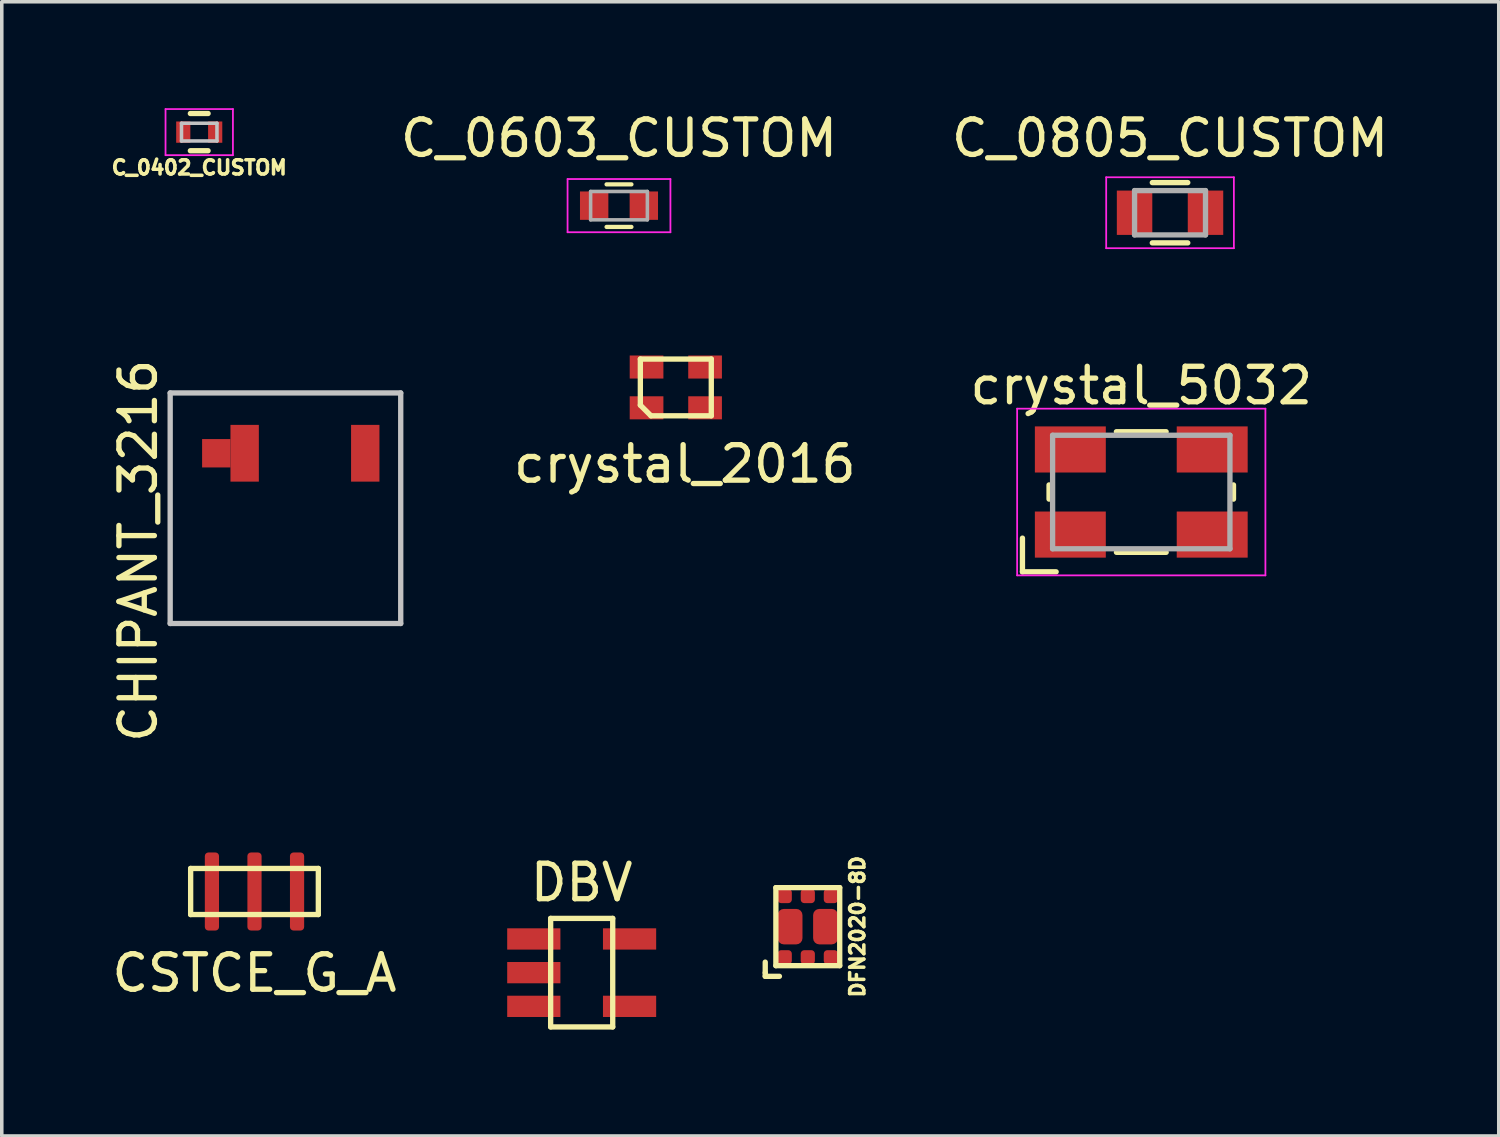
<source format=kicad_pcb>
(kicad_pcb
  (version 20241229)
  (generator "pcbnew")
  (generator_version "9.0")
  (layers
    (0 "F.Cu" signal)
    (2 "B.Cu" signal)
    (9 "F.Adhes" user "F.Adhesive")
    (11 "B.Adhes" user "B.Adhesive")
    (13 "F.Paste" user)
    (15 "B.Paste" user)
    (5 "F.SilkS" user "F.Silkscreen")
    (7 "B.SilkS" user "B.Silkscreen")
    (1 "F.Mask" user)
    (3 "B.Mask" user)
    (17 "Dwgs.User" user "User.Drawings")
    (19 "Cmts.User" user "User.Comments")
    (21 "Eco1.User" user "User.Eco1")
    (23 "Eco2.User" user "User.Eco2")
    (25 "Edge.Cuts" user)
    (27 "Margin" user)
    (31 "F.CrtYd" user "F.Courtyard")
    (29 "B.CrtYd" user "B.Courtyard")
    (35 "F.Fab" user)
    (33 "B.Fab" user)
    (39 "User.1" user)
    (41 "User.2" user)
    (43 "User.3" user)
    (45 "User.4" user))
  (footprint "CHIPANT_3216"
    (layer "F.Cu")
    (at 5.548 9.729)
    (property "Reference" "CHIPANT_3216" (at -4.7 2.75 90) (layer "F.SilkS") (effects (font (size 1 1) (thickness 0.15))))
    (attr through_hole)
    (fp_line (start -3.8 -1.7) (end -3.8 4.8) (stroke (width 0.15) (type solid)) (layer "Dwgs.User"))
    (fp_line (start -3.8 -1.7) (end 2.7 -1.7) (stroke (width 0.15) (type solid)) (layer "Dwgs.User"))
    (fp_line (start -3.8 4.8) (end 2.7 4.8) (stroke (width 0.15) (type solid)) (layer "Dwgs.User"))
    (fp_line (start 2.7 4.8) (end 2.7 -1.7) (stroke (width 0.15) (type solid)) (layer "Dwgs.User"))
    (pad "1" smd rect (at -2.5 0) (size 0.8 0.8) (layers "F.Cu" "F.Mask" "F.Paste"))
    (pad "1" smd rect (at -1.7 0) (size 0.8 1.6) (layers "F.Cu" "F.Mask" "F.Paste"))
    (pad "2" smd rect (at 1.7 0) (size 0.8 1.6) (layers "F.Cu" "F.Mask" "F.Paste")))
  (footprint "crystal_2016"
    (layer "F.Cu")
    (at 16.004 7.873)
    (property "Reference" "crystal_2016" (at 0.254 2.159 0) (layer "F.SilkS") (effects (font (size 1 1) (thickness 0.15))))
    (attr through_hole)
    (fp_line (start -1 -0.8) (end -1 0.5) (stroke (width 0.15) (type solid)) (layer "F.SilkS"))
    (fp_line (start -1 0.5) (end -0.7 0.8) (stroke (width 0.15) (type solid)) (layer "F.SilkS"))
    (fp_line (start -0.7 0.8) (end 1 0.8) (stroke (width 0.15) (type solid)) (layer "F.SilkS"))
    (fp_line (start 1 -0.8) (end -1 -0.8) (stroke (width 0.15) (type solid)) (layer "F.SilkS"))
    (fp_line (start 1 0.8) (end 1 -0.8) (stroke (width 0.15) (type solid)) (layer "F.SilkS"))
    (pad "1" smd rect (at -0.825 0.575) (size 0.95 0.65) (layers "F.Cu" "F.Mask" "F.Paste"))
    (pad "2" smd rect (at 0.825 0.575) (size 0.95 0.65) (layers "F.Cu" "F.Mask" "F.Paste"))
    (pad "3" smd rect (at 0.825 -0.575) (size 0.95 0.65) (layers "F.Cu" "F.Mask" "F.Paste"))
    (pad "4" smd rect (at -0.825 -0.575) (size 0.95 0.65) (layers "F.Cu" "F.Mask" "F.Paste")))
  (footprint "C_0603_CUSTOM"
    (layer "F.Cu")
    (at 14.402 2.748)
    (property "Reference" "C_0603_CUSTOM" (at 0 -1.9 0) (layer "F.SilkS") (effects (font (size 1 1) (thickness 0.15))))
    (attr smd)
    (fp_line (start -0.35 -0.6) (end 0.35 -0.6) (stroke (width 0.12) (type solid)) (layer "F.SilkS"))
    (fp_line (start 0.35 0.6) (end -0.35 0.6) (stroke (width 0.12) (type solid)) (layer "F.SilkS"))
    (fp_line (start -1.45 -0.75) (end -1.45 0.75) (stroke (width 0.05) (type solid)) (layer "F.CrtYd"))
    (fp_line (start -1.45 -0.75) (end 1.45 -0.75) (stroke (width 0.05) (type solid)) (layer "F.CrtYd"))
    (fp_line (start -1.45 0.75) (end 1.45 0.75) (stroke (width 0.05) (type solid)) (layer "F.CrtYd"))
    (fp_line (start 1.45 -0.75) (end 1.45 0.75) (stroke (width 0.05) (type solid)) (layer "F.CrtYd"))
    (fp_line (start -0.8 -0.4) (end 0.8 -0.4) (stroke (width 0.1) (type solid)) (layer "F.Fab"))
    (fp_line (start -0.8 0.4) (end -0.8 -0.4) (stroke (width 0.1) (type solid)) (layer "F.Fab"))
    (fp_line (start 0.8 -0.4) (end 0.8 0.4) (stroke (width 0.1) (type solid)) (layer "F.Fab"))
    (fp_line (start 0.8 0.4) (end -0.8 0.4) (stroke (width 0.1) (type solid)) (layer "F.Fab"))
    (pad "1" smd rect (at -0.7 0) (size 0.8 0.8) (layers "F.Cu" "F.Mask" "F.Paste"))
    (pad "2" smd rect (at 0.7 0) (size 0.8 0.8) (layers "F.Cu" "F.Mask" "F.Paste")))
  (footprint "CSTCE_G_A"
    (layer "F.Cu")
    (at 4.125 22.085)
    (property "Reference" "CSTCE_G_A" (at 0 2.3 0) (layer "F.SilkS") (effects (font (size 1 1) (thickness 0.15))))
    (attr through_hole)
    (fp_line (start -1.8 -0.65) (end -1.8 0.65) (stroke (width 0.15) (type solid)) (layer "F.SilkS"))
    (fp_line (start -1.8 -0.65) (end 1.8 -0.65) (stroke (width 0.15) (type solid)) (layer "F.SilkS"))
    (fp_line (start -1.8 0.65) (end 1.8 0.65) (stroke (width 0.15) (type solid)) (layer "F.SilkS"))
    (fp_line (start 1.8 0.65) (end 1.8 -0.65) (stroke (width 0.15) (type solid)) (layer "F.SilkS"))
    (pad "1" smd roundrect (at -1.2 0) (size 0.4 2.2) (layers "F.Cu" "F.Mask" "F.Paste") (roundrect_rratio 0.25))
    (pad "2" smd roundrect (at 1.2 0) (size 0.4 2.2) (layers "F.Cu" "F.Mask" "F.Paste") (roundrect_rratio 0.25))
    (pad "3" smd roundrect (at 0 0) (size 0.4 2.2) (layers "F.Cu" "F.Mask" "F.Paste") (roundrect_rratio 0.25)))
  (footprint "C_0402_CUSTOM"
    (layer "F.Cu")
    (at 2.567 0.675)
    (property "Reference" "C_0402_CUSTOM" (at 0 1 0) (layer "F.SilkS") (effects (font (size 0.4 0.4) (thickness 0.1))))
    (attr smd)
    (fp_line (start -0.25 0.525) (end 0.25 0.525) (stroke (width 0.15) (type solid)) (layer "F.SilkS"))
    (fp_line (start 0.25 -0.525) (end -0.25 -0.525) (stroke (width 0.15) (type solid)) (layer "F.SilkS"))
    (fp_line (start -0.5 -0.25) (end 0.5 -0.25) (stroke (width 0.1) (type solid)) (layer "Dwgs.User"))
    (fp_line (start -0.5 0.25) (end -0.5 -0.25) (stroke (width 0.1) (type solid)) (layer "Dwgs.User"))
    (fp_line (start 0.5 -0.25) (end 0.5 0.25) (stroke (width 0.1) (type solid)) (layer "Dwgs.User"))
    (fp_line (start 0.5 0.25) (end -0.5 0.25) (stroke (width 0.1) (type solid)) (layer "Dwgs.User"))
    (fp_line (start -0.95 -0.65) (end -0.95 0.65) (stroke (width 0.05) (type solid)) (layer "F.CrtYd"))
    (fp_line (start -0.95 -0.65) (end 0.95 -0.65) (stroke (width 0.05) (type solid)) (layer "F.CrtYd"))
    (fp_line (start -0.95 0.65) (end 0.95 0.65) (stroke (width 0.05) (type solid)) (layer "F.CrtYd"))
    (fp_line (start 0.95 -0.65) (end 0.95 0.65) (stroke (width 0.05) (type solid)) (layer "F.CrtYd"))
    (pad "1" smd rect (at -0.45 0) (size 0.4 0.6) (layers "F.Cu" "F.Mask" "F.Paste"))
    (pad "2" smd rect (at 0.45 0) (size 0.4 0.6) (layers "F.Cu" "F.Mask" "F.Paste")))
  (footprint "DBV"
    (layer "F.Cu")
    (at 13.35 24.373)
    (property "Reference" "DBV" (at 0 -2.54 0) (layer "F.SilkS") (effects (font (size 1 1) (thickness 0.15))))
    (attr through_hole)
    (fp_line (start -0.875 -1.53) (end 0.875 -1.53) (stroke (width 0.15) (type solid)) (layer "F.SilkS"))
    (fp_line (start -0.875 1.53) (end -0.875 -1.53) (stroke (width 0.15) (type solid)) (layer "F.SilkS"))
    (fp_line (start 0.875 -1.53) (end 0.875 1.53) (stroke (width 0.15) (type solid)) (layer "F.SilkS"))
    (fp_line (start 0.875 1.53) (end -0.875 1.53) (stroke (width 0.15) (type solid)) (layer "F.SilkS"))
    (pad "1" smd rect (at -1.35 -0.95) (size 1.5 0.6) (layers "F.Cu" "F.Mask" "F.Paste"))
    (pad "2" smd rect (at -1.35 0) (size 1.5 0.6) (layers "F.Cu" "F.Mask" "F.Paste"))
    (pad "3" smd rect (at -1.35 0.95) (size 1.5 0.6) (layers "F.Cu" "F.Mask" "F.Paste"))
    (pad "4" smd rect (at 1.35 0.95) (size 1.5 0.6) (layers "F.Cu" "F.Mask" "F.Paste"))
    (pad "5" smd rect (at 1.35 -0.95) (size 1.5 0.6) (layers "F.Cu" "F.Mask" "F.Paste")))
  (footprint "C_0805_CUSTOM"
    (layer "F.Cu")
    (at 29.938 2.948)
    (property "Reference" "C_0805_CUSTOM" (at 0 -2.1 0) (layer "F.SilkS") (effects (font (size 1 1) (thickness 0.15))))
    (attr smd)
    (fp_line (start -0.5 0.85) (end 0.5 0.85) (stroke (width 0.15) (type solid)) (layer "F.SilkS"))
    (fp_line (start 0.5 -0.85) (end -0.5 -0.85) (stroke (width 0.15) (type solid)) (layer "F.SilkS"))
    (fp_line (start -1.8 -1) (end -1.8 1) (stroke (width 0.05) (type solid)) (layer "F.CrtYd"))
    (fp_line (start -1.8 -1) (end 1.8 -1) (stroke (width 0.05) (type solid)) (layer "F.CrtYd"))
    (fp_line (start -1.8 1) (end 1.8 1) (stroke (width 0.05) (type solid)) (layer "F.CrtYd"))
    (fp_line (start 1.8 -1) (end 1.8 1) (stroke (width 0.05) (type solid)) (layer "F.CrtYd"))
    (fp_line (start -1 -0.625) (end 1 -0.625) (stroke (width 0.15) (type solid)) (layer "F.Fab"))
    (fp_line (start -1 0.625) (end -1 -0.625) (stroke (width 0.15) (type solid)) (layer "F.Fab"))
    (fp_line (start 1 -0.625) (end 1 0.625) (stroke (width 0.15) (type solid)) (layer "F.Fab"))
    (fp_line (start 1 0.625) (end -1 0.625) (stroke (width 0.15) (type solid)) (layer "F.Fab"))
    (pad "1" smd rect (at -1 0) (size 1 1.25) (layers "F.Cu" "F.Mask" "F.Paste"))
    (pad "2" smd rect (at 1 0) (size 1 1.25) (layers "F.Cu" "F.Mask" "F.Paste")))
  (footprint "DFN2020-8D"
    (layer "F.Cu")
    (at 19.725 23.076)
    (property "Reference" "DFN2020-8D" (at 1.4 0 90) (layer "F.SilkS") (effects (font (size 0.4 0.4) (thickness 0.1))))
    (attr through_hole)
    (fp_line (start -1.2 1) (end -1.2 1.3) (stroke (width 0.15) (type solid)) (layer "F.SilkS"))
    (fp_line (start -1.2 1.3) (end -1.2 1.4) (stroke (width 0.15) (type solid)) (layer "F.SilkS"))
    (fp_line (start -1.2 1.4) (end -0.8 1.4) (stroke (width 0.15) (type solid)) (layer "F.SilkS"))
    (fp_line (start -0.9 -1.1) (end 0.9 -1.1) (stroke (width 0.15) (type solid)) (layer "F.SilkS"))
    (fp_line (start -0.9 1.1) (end -0.9 -1.1) (stroke (width 0.15) (type solid)) (layer "F.SilkS"))
    (fp_line (start 0.9 -1.1) (end 0.9 1.1) (stroke (width 0.15) (type solid)) (layer "F.SilkS"))
    (fp_line (start 0.9 1.1) (end -0.9 1.1) (stroke (width 0.15) (type solid)) (layer "F.SilkS"))
    (pad "1" smd roundrect (at -0.65 0.863) (size 0.4 0.4) (layers "F.Cu" "F.Mask" "F.Paste") (roundrect_rratio 0.25))
    (pad "2" smd roundrect (at 0 0.863) (size 0.4 0.4) (layers "F.Cu" "F.Mask" "F.Paste") (roundrect_rratio 0.25))
    (pad "3" smd roundrect (at 0.65 0.863) (size 0.4 0.4) (layers "F.Cu" "F.Mask" "F.Paste") (roundrect_rratio 0.25))
    (pad "4" smd roundrect (at 0.65 -0.863) (size 0.4 0.4) (layers "F.Cu" "F.Mask" "F.Paste") (roundrect_rratio 0.25))
    (pad "5" smd roundrect (at 0 -0.863) (size 0.4 0.4) (layers "F.Cu" "F.Mask" "F.Paste") (roundrect_rratio 0.25))
    (pad "6" smd roundrect (at -0.65 -0.863) (size 0.4 0.4) (layers "F.Cu" "F.Mask" "F.Paste") (roundrect_rratio 0.25))
    (pad "7" smd roundrect (at -0.5 0) (size 0.7 1) (layers "F.Cu" "F.Mask" "F.Paste") (roundrect_rratio 0.25))
    (pad "8" smd roundrect (at 0.5 0) (size 0.7 1) (layers "F.Cu" "F.Mask" "F.Paste") (roundrect_rratio 0.25)))
  (footprint "crystal_5032"
    (layer "F.Cu")
    (at 29.127 10.822)
    (property "Reference" "crystal_5032" (at 0 -3 0) (layer "F.SilkS") (effects (font (size 1 1) (thickness 0.15))))
    (attr smd)
    (fp_line (start -3.35 1.3) (end -3.35 2.25) (stroke (width 0.15) (type solid)) (layer "F.SilkS"))
    (fp_line (start -3.35 2.25) (end -2.4 2.25) (stroke (width 0.15) (type solid)) (layer "F.SilkS"))
    (fp_line (start -2.6 0.2) (end -2.6 -0.2) (stroke (width 0.15) (type solid)) (layer "F.SilkS"))
    (fp_line (start -0.701 -1.7) (end 0.701 -1.7) (stroke (width 0.15) (type solid)) (layer "F.SilkS"))
    (fp_line (start 0.702 1.7) (end -0.7 1.7) (stroke (width 0.15) (type solid)) (layer "F.SilkS"))
    (fp_line (start 2.6 0.2) (end 2.6 -0.2) (stroke (width 0.15) (type solid)) (layer "F.SilkS"))
    (fp_line (start -3.5 -2.35) (end -3.5 2.35) (stroke (width 0.05) (type solid)) (layer "F.CrtYd"))
    (fp_line (start -3.5 2.35) (end 3.5 2.35) (stroke (width 0.05) (type solid)) (layer "F.CrtYd"))
    (fp_line (start 3.5 -2.35) (end -3.5 -2.35) (stroke (width 0.05) (type solid)) (layer "F.CrtYd"))
    (fp_line (start 3.5 2.35) (end 3.5 -2.35) (stroke (width 0.05) (type solid)) (layer "F.CrtYd"))
    (fp_line (start -2.5 -1.6) (end -2.5 1.6) (stroke (width 0.15) (type solid)) (layer "F.Fab"))
    (fp_line (start -2.5 1.6) (end 2.5 1.6) (stroke (width 0.15) (type solid)) (layer "F.Fab"))
    (fp_line (start 2.5 -1.6) (end -2.5 -1.6) (stroke (width 0.15) (type solid)) (layer "F.Fab"))
    (fp_line (start 2.5 1.6) (end 2.5 -1.6) (stroke (width 0.15) (type solid)) (layer "F.Fab"))
    (pad "1" smd rect (at -2 1.2) (size 2 1.3) (layers "F.Cu" "F.Mask" "F.Paste"))
    (pad "2" smd rect (at 2 -1.2) (size 2 1.3) (layers "F.Cu" "F.Mask" "F.Paste"))
    (pad "3" smd rect (at -2 -1.2) (size 2 1.3) (layers "F.Cu" "F.Mask" "F.Paste"))
    (pad "3" smd rect (at 2 1.2) (size 2 1.3) (layers "F.Cu" "F.Mask" "F.Paste")))
  (gr_rect
    (start -3 -3)
    (end 39.206 28.978)
    (stroke (width 0.1) (type default))
    (fill no)
    (layer "Edge.Cuts")))
</source>
